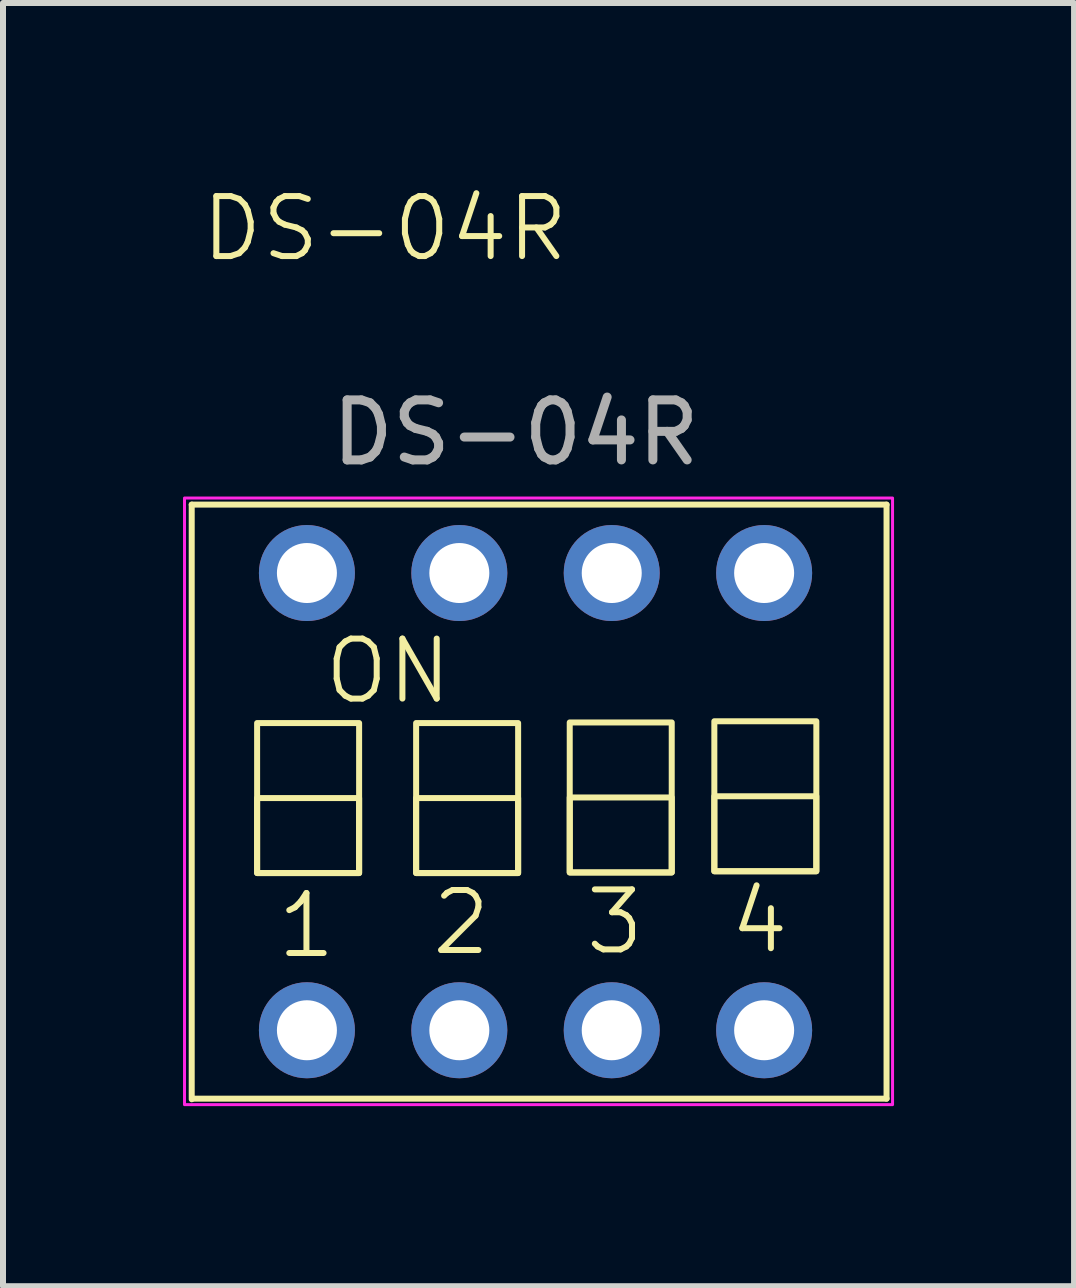
<source format=kicad_pcb>
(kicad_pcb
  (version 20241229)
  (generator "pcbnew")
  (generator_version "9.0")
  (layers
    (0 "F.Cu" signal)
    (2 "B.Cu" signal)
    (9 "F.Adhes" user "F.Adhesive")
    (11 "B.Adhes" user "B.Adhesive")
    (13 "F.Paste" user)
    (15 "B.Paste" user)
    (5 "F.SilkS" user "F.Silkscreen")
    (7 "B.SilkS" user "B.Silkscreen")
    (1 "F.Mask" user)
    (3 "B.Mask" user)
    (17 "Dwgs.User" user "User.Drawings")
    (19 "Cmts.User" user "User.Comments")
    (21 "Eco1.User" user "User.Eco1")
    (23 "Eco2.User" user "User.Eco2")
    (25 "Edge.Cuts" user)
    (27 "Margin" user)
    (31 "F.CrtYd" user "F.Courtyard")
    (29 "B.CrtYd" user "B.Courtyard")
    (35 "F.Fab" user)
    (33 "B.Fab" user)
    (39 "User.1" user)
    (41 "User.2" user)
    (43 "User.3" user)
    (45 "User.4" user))
  (footprint "DS-04R"
    (layer "F.Cu")
    (at 7.285 1.49)
    (property "Reference" "DS-04R" (at -3.92 -0.73 0) (unlocked yes) (layer "F.SilkS") (effects (font (size 1 1) (thickness 0.1))))
    (attr through_hole)
    (fp_line (start -7.14 3.87) (end -7.14 13.78) (stroke (width 0.1) (type default)) (layer "F.SilkS"))
    (fp_line (start -7.14 3.87) (end 4.44 3.87) (stroke (width 0.1) (type default)) (layer "F.SilkS"))
    (fp_line (start -7.12 13.77) (end 4.44 13.77) (stroke (width 0.1) (type default)) (layer "F.SilkS"))
    (fp_line (start 4.44 3.87) (end 4.44 13.77) (stroke (width 0.1) (type default)) (layer "F.SilkS"))
    (fp_rect (start -6.05 7.51) (end -4.35 10.01) (stroke (width 0.1) (type default)) (fill no) (layer "F.SilkS"))
    (fp_rect (start -6.05 8.76) (end -4.35 10.01) (stroke (width 0.1) (type default)) (fill no) (layer "F.SilkS"))
    (fp_rect (start -3.4 7.51) (end -1.7 10.01) (stroke (width 0.1) (type default)) (fill no) (layer "F.SilkS"))
    (fp_rect (start -3.4 8.76) (end -1.7 10.01) (stroke (width 0.1) (type default)) (fill no) (layer "F.SilkS"))
    (fp_rect (start -0.84 7.5) (end 0.86 10) (stroke (width 0.1) (type default)) (fill no) (layer "F.SilkS"))
    (fp_rect (start -0.84 8.75) (end 0.86 10) (stroke (width 0.1) (type default)) (fill no) (layer "F.SilkS"))
    (fp_rect (start 1.57 7.48) (end 3.27 9.98) (stroke (width 0.1) (type default)) (fill no) (layer "F.SilkS"))
    (fp_rect (start 1.57 8.73) (end 3.27 9.98) (stroke (width 0.1) (type default)) (fill no) (layer "F.SilkS"))
    (fp_rect (start -7.26 3.76) (end 4.54 13.87) (stroke (width 0.05) (type solid)) (fill no) (layer "F.CrtYd"))
    (fp_text user "1" (at -5.77 11.47 0) (unlocked yes) (layer "F.SilkS") (effects (font (size 1 1) (thickness 0.1)) (justify left bottom)))
    (fp_text user "2" (at -3.19 11.42 0) (unlocked yes) (layer "F.SilkS") (effects (font (size 1 1) (thickness 0.1)) (justify left bottom)))
    (fp_text user "ON" (at -4.98 7.23 0) (unlocked yes) (layer "F.SilkS") (effects (font (size 1 1) (thickness 0.1)) (justify left bottom)))
    (fp_text user "4" (at 1.78 11.39 0) (unlocked yes) (layer "F.SilkS") (effects (font (size 1 1) (thickness 0.1)) (justify left bottom)))
    (fp_text user "3" (at -0.63 11.41 0) (unlocked yes) (layer "F.SilkS") (effects (font (size 1 1) (thickness 0.1)) (justify left bottom)))
    (fp_text user "${REFERENCE}" (at -1.74 2.67 0) (unlocked yes) (layer "F.Fab") (effects (font (size 1 1) (thickness 0.15))))
    (pad "1" thru_hole circle (at -5.22 5.01) (size 1.6 1.6) (drill 1) (layers "*.Cu" "*.Mask"))
    (pad "2" thru_hole circle (at -2.68 5.01) (size 1.6 1.6) (drill 1) (layers "*.Cu" "*.Mask"))
    (pad "3" thru_hole circle (at -0.14 5.01) (size 1.6 1.6) (drill 1) (layers "*.Cu" "*.Mask"))
    (pad "4" thru_hole circle (at 2.4 5.01) (size 1.6 1.6) (drill 1) (layers "*.Cu" "*.Mask"))
    (pad "5" thru_hole circle (at -5.22 12.63) (size 1.6 1.6) (drill 1) (layers "*.Cu" "*.Mask"))
    (pad "6" thru_hole circle (at -2.68 12.63) (size 1.6 1.6) (drill 1) (layers "*.Cu" "*.Mask"))
    (pad "7" thru_hole circle (at -0.14 12.63) (size 1.6 1.6) (drill 1) (layers "*.Cu" "*.Mask"))
    (pad "8" thru_hole circle (at 2.4 12.63) (size 1.6 1.6) (drill 1) (layers "*.Cu" "*.Mask")))
  (gr_rect
    (start -3 -3)
    (end 14.85 18.386)
    (stroke (width 0.1) (type default))
    (fill no)
    (layer "Edge.Cuts")))
</source>
